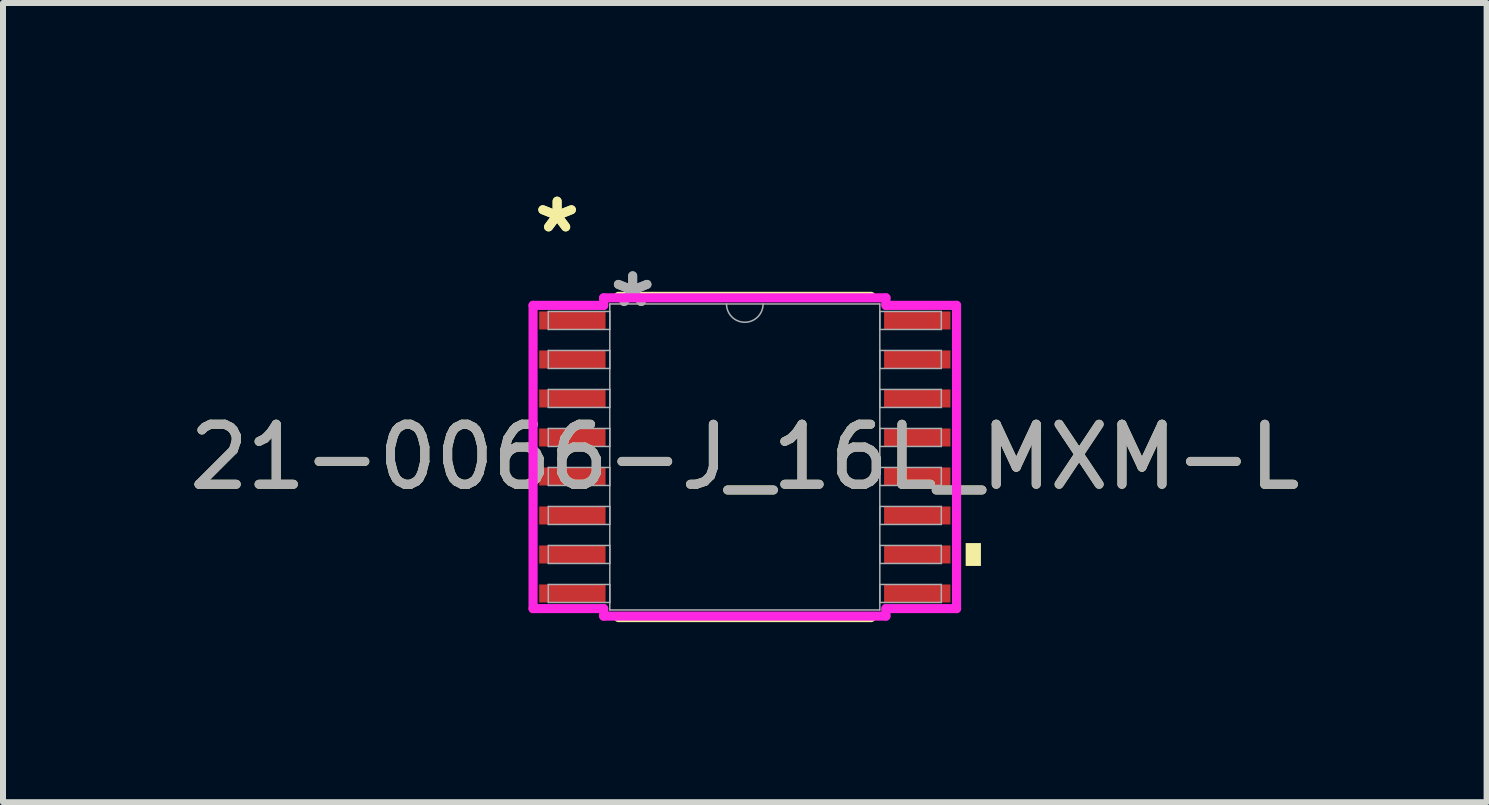
<source format=kicad_pcb>
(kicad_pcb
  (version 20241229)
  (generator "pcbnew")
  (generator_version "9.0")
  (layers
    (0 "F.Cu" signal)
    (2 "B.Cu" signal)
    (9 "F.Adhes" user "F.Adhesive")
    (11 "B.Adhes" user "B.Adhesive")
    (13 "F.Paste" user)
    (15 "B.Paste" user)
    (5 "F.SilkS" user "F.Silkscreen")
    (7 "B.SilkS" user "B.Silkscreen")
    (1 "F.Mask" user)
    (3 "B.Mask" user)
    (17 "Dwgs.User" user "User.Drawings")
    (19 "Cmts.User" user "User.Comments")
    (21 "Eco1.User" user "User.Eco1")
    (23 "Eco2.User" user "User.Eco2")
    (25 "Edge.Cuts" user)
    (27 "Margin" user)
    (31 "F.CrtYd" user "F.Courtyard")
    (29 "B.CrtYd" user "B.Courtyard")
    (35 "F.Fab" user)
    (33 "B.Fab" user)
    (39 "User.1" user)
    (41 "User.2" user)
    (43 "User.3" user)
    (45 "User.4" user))
  (footprint "21-0066-J_16L_MXM-L"
    (layer "F.Cu")
    (at 9.363 4.566)
    (property "Reference" "21-0066-J_16L_MXM-L" (at 0 0 0) (unlocked yes) (layer "F.SilkS") (effects (font (size 1 1) (thickness 0.15))))
    (attr smd)
    (fp_line (start -2.104 2.677) (end 2.104 2.677) (stroke (width 0.152) (type solid)) (layer "F.SilkS"))
    (fp_line (start 2.104 -2.677) (end -2.104 -2.677) (stroke (width 0.152) (type solid)) (layer "F.SilkS"))
    (fp_poly (pts (xy 3.935 1.435) (xy 3.935 1.816) (xy 3.681 1.816) (xy 3.681 1.435)) (stroke (width 0) (type solid)) (fill yes) (layer "F.SilkS"))
    (fp_line (start -3.529 -2.527) (end -2.352 -2.527) (stroke (width 0.152) (type solid)) (layer "F.CrtYd"))
    (fp_line (start -3.529 2.527) (end -3.529 -2.527) (stroke (width 0.152) (type solid)) (layer "F.CrtYd"))
    (fp_line (start -3.529 2.527) (end -2.352 2.527) (stroke (width 0.152) (type solid)) (layer "F.CrtYd"))
    (fp_line (start -2.352 -2.652) (end 2.352 -2.652) (stroke (width 0.152) (type solid)) (layer "F.CrtYd"))
    (fp_line (start -2.352 -2.527) (end -2.352 -2.652) (stroke (width 0.152) (type solid)) (layer "F.CrtYd"))
    (fp_line (start -2.352 2.652) (end -2.352 2.527) (stroke (width 0.152) (type solid)) (layer "F.CrtYd"))
    (fp_line (start 2.352 -2.652) (end 2.352 -2.527) (stroke (width 0.152) (type solid)) (layer "F.CrtYd"))
    (fp_line (start 2.352 2.527) (end 2.352 2.652) (stroke (width 0.152) (type solid)) (layer "F.CrtYd"))
    (fp_line (start 2.352 2.652) (end -2.352 2.652) (stroke (width 0.152) (type solid)) (layer "F.CrtYd"))
    (fp_line (start 3.529 -2.527) (end 2.352 -2.527) (stroke (width 0.152) (type solid)) (layer "F.CrtYd"))
    (fp_line (start 3.529 -2.527) (end 3.529 2.527) (stroke (width 0.152) (type solid)) (layer "F.CrtYd"))
    (fp_line (start 3.529 2.527) (end 2.352 2.527) (stroke (width 0.152) (type solid)) (layer "F.CrtYd"))
    (fp_line (start -3.275 -2.425) (end -3.275 -2.125) (stroke (width 0.025) (type solid)) (layer "F.Fab"))
    (fp_line (start -3.275 -2.125) (end -2.25 -2.125) (stroke (width 0.025) (type solid)) (layer "F.Fab"))
    (fp_line (start -3.275 -1.775) (end -3.275 -1.475) (stroke (width 0.025) (type solid)) (layer "F.Fab"))
    (fp_line (start -3.275 -1.475) (end -2.25 -1.475) (stroke (width 0.025) (type solid)) (layer "F.Fab"))
    (fp_line (start -3.275 -1.125) (end -3.275 -0.825) (stroke (width 0.025) (type solid)) (layer "F.Fab"))
    (fp_line (start -3.275 -0.825) (end -2.25 -0.825) (stroke (width 0.025) (type solid)) (layer "F.Fab"))
    (fp_line (start -3.275 -0.475) (end -3.275 -0.175) (stroke (width 0.025) (type solid)) (layer "F.Fab"))
    (fp_line (start -3.275 -0.175) (end -2.25 -0.175) (stroke (width 0.025) (type solid)) (layer "F.Fab"))
    (fp_line (start -3.275 0.175) (end -3.275 0.475) (stroke (width 0.025) (type solid)) (layer "F.Fab"))
    (fp_line (start -3.275 0.475) (end -2.25 0.475) (stroke (width 0.025) (type solid)) (layer "F.Fab"))
    (fp_line (start -3.275 0.825) (end -3.275 1.125) (stroke (width 0.025) (type solid)) (layer "F.Fab"))
    (fp_line (start -3.275 1.125) (end -2.25 1.125) (stroke (width 0.025) (type solid)) (layer "F.Fab"))
    (fp_line (start -3.275 1.475) (end -3.275 1.775) (stroke (width 0.025) (type solid)) (layer "F.Fab"))
    (fp_line (start -3.275 1.775) (end -2.25 1.775) (stroke (width 0.025) (type solid)) (layer "F.Fab"))
    (fp_line (start -3.275 2.125) (end -3.275 2.425) (stroke (width 0.025) (type solid)) (layer "F.Fab"))
    (fp_line (start -3.275 2.425) (end -2.25 2.425) (stroke (width 0.025) (type solid)) (layer "F.Fab"))
    (fp_line (start -2.25 -2.55) (end -2.25 2.55) (stroke (width 0.025) (type solid)) (layer "F.Fab"))
    (fp_line (start -2.25 -2.425) (end -3.275 -2.425) (stroke (width 0.025) (type solid)) (layer "F.Fab"))
    (fp_line (start -2.25 -2.125) (end -2.25 -2.425) (stroke (width 0.025) (type solid)) (layer "F.Fab"))
    (fp_line (start -2.25 -1.775) (end -3.275 -1.775) (stroke (width 0.025) (type solid)) (layer "F.Fab"))
    (fp_line (start -2.25 -1.475) (end -2.25 -1.775) (stroke (width 0.025) (type solid)) (layer "F.Fab"))
    (fp_line (start -2.25 -1.125) (end -3.275 -1.125) (stroke (width 0.025) (type solid)) (layer "F.Fab"))
    (fp_line (start -2.25 -0.825) (end -2.25 -1.125) (stroke (width 0.025) (type solid)) (layer "F.Fab"))
    (fp_line (start -2.25 -0.475) (end -3.275 -0.475) (stroke (width 0.025) (type solid)) (layer "F.Fab"))
    (fp_line (start -2.25 -0.175) (end -2.25 -0.475) (stroke (width 0.025) (type solid)) (layer "F.Fab"))
    (fp_line (start -2.25 0.175) (end -3.275 0.175) (stroke (width 0.025) (type solid)) (layer "F.Fab"))
    (fp_line (start -2.25 0.475) (end -2.25 0.175) (stroke (width 0.025) (type solid)) (layer "F.Fab"))
    (fp_line (start -2.25 0.825) (end -3.275 0.825) (stroke (width 0.025) (type solid)) (layer "F.Fab"))
    (fp_line (start -2.25 1.125) (end -2.25 0.825) (stroke (width 0.025) (type solid)) (layer "F.Fab"))
    (fp_line (start -2.25 1.475) (end -3.275 1.475) (stroke (width 0.025) (type solid)) (layer "F.Fab"))
    (fp_line (start -2.25 1.775) (end -2.25 1.475) (stroke (width 0.025) (type solid)) (layer "F.Fab"))
    (fp_line (start -2.25 2.125) (end -3.275 2.125) (stroke (width 0.025) (type solid)) (layer "F.Fab"))
    (fp_line (start -2.25 2.425) (end -2.25 2.125) (stroke (width 0.025) (type solid)) (layer "F.Fab"))
    (fp_line (start -2.25 2.55) (end 2.25 2.55) (stroke (width 0.025) (type solid)) (layer "F.Fab"))
    (fp_line (start 2.25 -2.55) (end -2.25 -2.55) (stroke (width 0.025) (type solid)) (layer "F.Fab"))
    (fp_line (start 2.25 -2.425) (end 2.25 -2.125) (stroke (width 0.025) (type solid)) (layer "F.Fab"))
    (fp_line (start 2.25 -2.125) (end 3.275 -2.125) (stroke (width 0.025) (type solid)) (layer "F.Fab"))
    (fp_line (start 2.25 -1.775) (end 2.25 -1.475) (stroke (width 0.025) (type solid)) (layer "F.Fab"))
    (fp_line (start 2.25 -1.475) (end 3.275 -1.475) (stroke (width 0.025) (type solid)) (layer "F.Fab"))
    (fp_line (start 2.25 -1.125) (end 2.25 -0.825) (stroke (width 0.025) (type solid)) (layer "F.Fab"))
    (fp_line (start 2.25 -0.825) (end 3.275 -0.825) (stroke (width 0.025) (type solid)) (layer "F.Fab"))
    (fp_line (start 2.25 -0.475) (end 2.25 -0.175) (stroke (width 0.025) (type solid)) (layer "F.Fab"))
    (fp_line (start 2.25 -0.175) (end 3.275 -0.175) (stroke (width 0.025) (type solid)) (layer "F.Fab"))
    (fp_line (start 2.25 0.175) (end 2.25 0.475) (stroke (width 0.025) (type solid)) (layer "F.Fab"))
    (fp_line (start 2.25 0.475) (end 3.275 0.475) (stroke (width 0.025) (type solid)) (layer "F.Fab"))
    (fp_line (start 2.25 0.825) (end 2.25 1.125) (stroke (width 0.025) (type solid)) (layer "F.Fab"))
    (fp_line (start 2.25 1.125) (end 3.275 1.125) (stroke (width 0.025) (type solid)) (layer "F.Fab"))
    (fp_line (start 2.25 1.475) (end 2.25 1.775) (stroke (width 0.025) (type solid)) (layer "F.Fab"))
    (fp_line (start 2.25 1.775) (end 3.275 1.775) (stroke (width 0.025) (type solid)) (layer "F.Fab"))
    (fp_line (start 2.25 2.125) (end 2.25 2.425) (stroke (width 0.025) (type solid)) (layer "F.Fab"))
    (fp_line (start 2.25 2.425) (end 3.275 2.425) (stroke (width 0.025) (type solid)) (layer "F.Fab"))
    (fp_line (start 2.25 2.55) (end 2.25 -2.55) (stroke (width 0.025) (type solid)) (layer "F.Fab"))
    (fp_line (start 3.275 -2.425) (end 2.25 -2.425) (stroke (width 0.025) (type solid)) (layer "F.Fab"))
    (fp_line (start 3.275 -2.125) (end 3.275 -2.425) (stroke (width 0.025) (type solid)) (layer "F.Fab"))
    (fp_line (start 3.275 -1.775) (end 2.25 -1.775) (stroke (width 0.025) (type solid)) (layer "F.Fab"))
    (fp_line (start 3.275 -1.475) (end 3.275 -1.775) (stroke (width 0.025) (type solid)) (layer "F.Fab"))
    (fp_line (start 3.275 -1.125) (end 2.25 -1.125) (stroke (width 0.025) (type solid)) (layer "F.Fab"))
    (fp_line (start 3.275 -0.825) (end 3.275 -1.125) (stroke (width 0.025) (type solid)) (layer "F.Fab"))
    (fp_line (start 3.275 -0.475) (end 2.25 -0.475) (stroke (width 0.025) (type solid)) (layer "F.Fab"))
    (fp_line (start 3.275 -0.175) (end 3.275 -0.475) (stroke (width 0.025) (type solid)) (layer "F.Fab"))
    (fp_line (start 3.275 0.175) (end 2.25 0.175) (stroke (width 0.025) (type solid)) (layer "F.Fab"))
    (fp_line (start 3.275 0.475) (end 3.275 0.175) (stroke (width 0.025) (type solid)) (layer "F.Fab"))
    (fp_line (start 3.275 0.825) (end 2.25 0.825) (stroke (width 0.025) (type solid)) (layer "F.Fab"))
    (fp_line (start 3.275 1.125) (end 3.275 0.825) (stroke (width 0.025) (type solid)) (layer "F.Fab"))
    (fp_line (start 3.275 1.475) (end 2.25 1.475) (stroke (width 0.025) (type solid)) (layer "F.Fab"))
    (fp_line (start 3.275 1.775) (end 3.275 1.475) (stroke (width 0.025) (type solid)) (layer "F.Fab"))
    (fp_line (start 3.275 2.125) (end 2.25 2.125) (stroke (width 0.025) (type solid)) (layer "F.Fab"))
    (fp_line (start 3.275 2.425) (end 3.275 2.125) (stroke (width 0.025) (type solid)) (layer "F.Fab"))
    (fp_arc (start 0.3048 -2.55) (mid 0 -2.2452) (end -0.3048 -2.55) (stroke (width 0.0254) (type solid)) (layer "F.Fab"))
    (fp_text user "*" (at -3.128 -3.718 0) (layer "F.SilkS") (effects (font (size 1 1) (thickness 0.15))))
    (fp_text user "*" (at -3.128 -3.718 0) (unlocked yes) (layer "F.SilkS") (effects (font (size 1 1) (thickness 0.15))))
    (fp_text user "*" (at -1.869 -2.474 0) (layer "F.Fab") (effects (font (size 1 1) (thickness 0.15))))
    (fp_text user "${REFERENCE}" (at 0 0 0) (unlocked yes) (layer "F.Fab") (effects (font (size 1 1) (thickness 0.15))))
    (fp_text user "*" (at -1.869 -2.474 0) (unlocked yes) (layer "F.Fab") (effects (font (size 1 1) (thickness 0.15))))
    (pad "1" smd rect (at -2.874 -2.275) (size 1.106 0.3) (layers "F.Cu" "F.Mask" "F.Paste"))
    (pad "2" smd rect (at -2.874 -1.625) (size 1.106 0.3) (layers "F.Cu" "F.Mask" "F.Paste"))
    (pad "3" smd rect (at -2.874 -0.975) (size 1.106 0.3) (layers "F.Cu" "F.Mask" "F.Paste"))
    (pad "4" smd rect (at -2.874 -0.325) (size 1.106 0.3) (layers "F.Cu" "F.Mask" "F.Paste"))
    (pad "5" smd rect (at -2.874 0.325) (size 1.106 0.3) (layers "F.Cu" "F.Mask" "F.Paste"))
    (pad "6" smd rect (at -2.874 0.975) (size 1.106 0.3) (layers "F.Cu" "F.Mask" "F.Paste"))
    (pad "7" smd rect (at -2.874 1.625) (size 1.106 0.3) (layers "F.Cu" "F.Mask" "F.Paste"))
    (pad "8" smd rect (at -2.874 2.275) (size 1.106 0.3) (layers "F.Cu" "F.Mask" "F.Paste"))
    (pad "9" smd rect (at 2.874 2.275) (size 1.106 0.3) (layers "F.Cu" "F.Mask" "F.Paste"))
    (pad "10" smd rect (at 2.874 1.625) (size 1.106 0.3) (layers "F.Cu" "F.Mask" "F.Paste"))
    (pad "11" smd rect (at 2.874 0.975) (size 1.106 0.3) (layers "F.Cu" "F.Mask" "F.Paste"))
    (pad "12" smd rect (at 2.874 0.325) (size 1.106 0.3) (layers "F.Cu" "F.Mask" "F.Paste"))
    (pad "13" smd rect (at 2.874 -0.325) (size 1.106 0.3) (layers "F.Cu" "F.Mask" "F.Paste"))
    (pad "14" smd rect (at 2.874 -0.975) (size 1.106 0.3) (layers "F.Cu" "F.Mask" "F.Paste"))
    (pad "15" smd rect (at 2.874 -1.625) (size 1.106 0.3) (layers "F.Cu" "F.Mask" "F.Paste"))
    (pad "16" smd rect (at 2.874 -2.275) (size 1.106 0.3) (layers "F.Cu" "F.Mask" "F.Paste")))
  (gr_rect
    (start -3 -3)
    (end 21.726 10.319)
    (stroke (width 0.1) (type default))
    (fill no)
    (layer "Edge.Cuts")))
</source>
